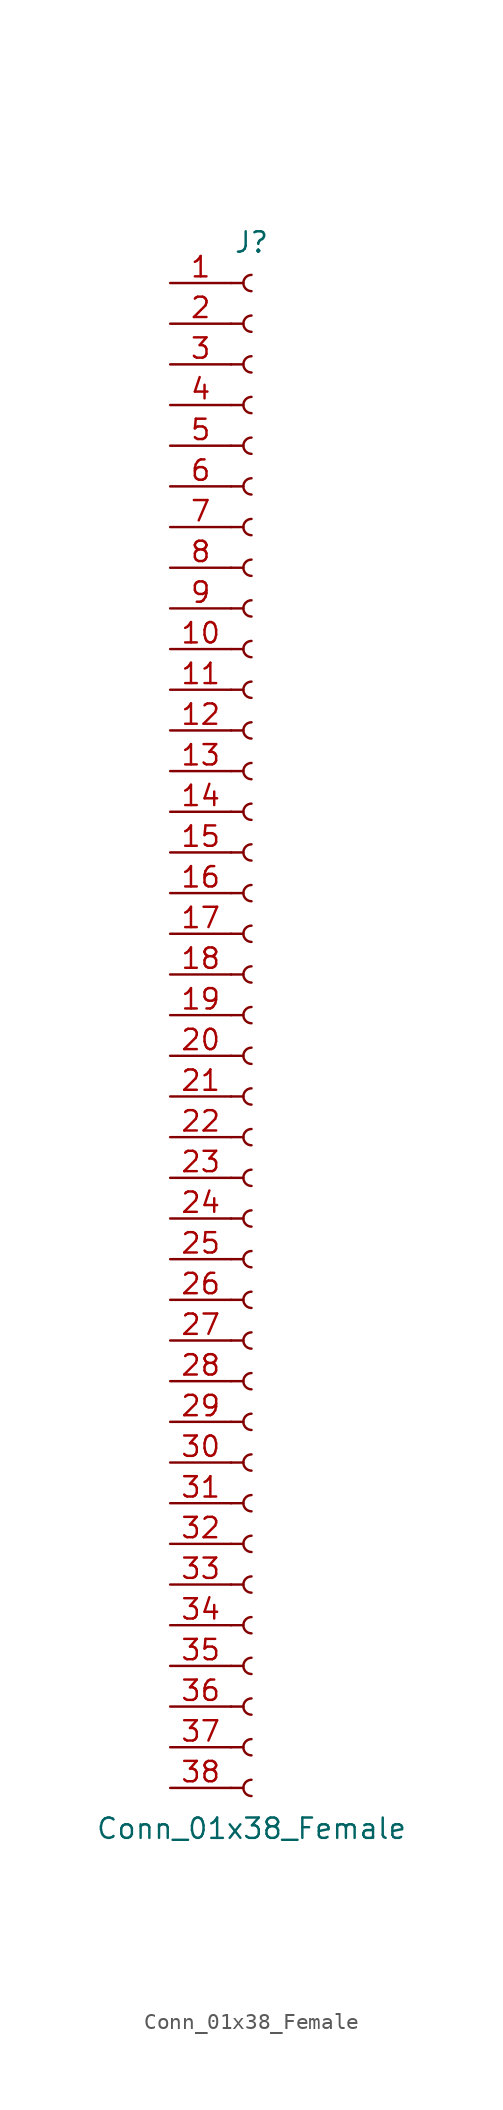
<source format=kicad_sym>
(kicad_symbol_lib
  (version 20220914)
  (generator kicad_symbol_editor)
  (symbol "Conn_01x38_Female"
    (pin_names
      (offset 1.016) hide)
    (property "Reference" "J"
      (at 0 48.26 0)
      (effects (font (size 1.27 1.27))))
    (property "Value" "Conn_01x38_Female"
      (at 0 -50.8 0)
      (effects (font (size 1.27 1.27))))
    (symbol "Conn_01x38_Female_1_1"
      (arc (start 0 -47.752) (mid -0.5058 -48.26) (end 0 -48.768) (stroke (width 0.1524) (type solid)) (fill (type none)))
      (arc (start 0 -45.212) (mid -0.5058 -45.72) (end 0 -46.228) (stroke (width 0.1524) (type solid)) (fill (type none)))
      (arc (start 0 -42.672) (mid -0.5058 -43.18) (end 0 -43.688) (stroke (width 0.1524) (type solid)) (fill (type none)))
      (arc (start 0 -40.132) (mid -0.5058 -40.64) (end 0 -41.148) (stroke (width 0.1524) (type solid)) (fill (type none)))
      (arc (start 0 -37.592) (mid -0.5058 -38.1) (end 0 -38.608) (stroke (width 0.1524) (type solid)) (fill (type none)))
      (arc (start 0 -35.052) (mid -0.5058 -35.56) (end 0 -36.068) (stroke (width 0.1524) (type solid)) (fill (type none)))
      (arc (start 0 -32.512) (mid -0.5058 -33.02) (end 0 -33.528) (stroke (width 0.1524) (type solid)) (fill (type none)))
      (arc (start 0 -29.972) (mid -0.5058 -30.48) (end 0 -30.988) (stroke (width 0.1524) (type solid)) (fill (type none)))
      (arc (start 0 -27.432) (mid -0.5058 -27.94) (end 0 -28.448) (stroke (width 0.1524) (type solid)) (fill (type none)))
      (arc (start 0 -24.892) (mid -0.5058 -25.4) (end 0 -25.908) (stroke (width 0.1524) (type solid)) (fill (type none)))
      (arc (start 0 -22.352) (mid -0.5058 -22.86) (end 0 -23.368) (stroke (width 0.1524) (type solid)) (fill (type none)))
      (arc (start 0 -19.812) (mid -0.5058 -20.32) (end 0 -20.828) (stroke (width 0.1524) (type solid)) (fill (type none)))
      (arc (start 0 -17.272) (mid -0.5058 -17.78) (end 0 -18.288) (stroke (width 0.1524) (type solid)) (fill (type none)))
      (arc (start 0 -14.732) (mid -0.5058 -15.24) (end 0 -15.748) (stroke (width 0.1524) (type solid)) (fill (type none)))
      (arc (start 0 -12.192) (mid -0.5058 -12.7) (end 0 -13.208) (stroke (width 0.1524) (type solid)) (fill (type none)))
      (arc (start 0 -9.652) (mid -0.5058 -10.16) (end 0 -10.668) (stroke (width 0.1524) (type solid)) (fill (type none)))
      (arc (start 0 -7.112) (mid -0.5058 -7.62) (end 0 -8.128) (stroke (width 0.1524) (type solid)) (fill (type none)))
      (arc (start 0 -4.572) (mid -0.5058 -5.08) (end 0 -5.588) (stroke (width 0.1524) (type solid)) (fill (type none)))
      (arc (start 0 -2.032) (mid -0.5058 -2.54) (end 0 -3.048) (stroke (width 0.1524) (type solid)) (fill (type none)))
      (polyline (pts (xy -1.27 -48.26) (xy -0.508 -48.26)) (stroke (width 0.152) (type solid)) (fill (type none)))
      (polyline (pts (xy -1.27 -45.72) (xy -0.508 -45.72)) (stroke (width 0.152) (type solid)) (fill (type none)))
      (polyline (pts (xy -1.27 -43.18) (xy -0.508 -43.18)) (stroke (width 0.152) (type solid)) (fill (type none)))
      (polyline (pts (xy -1.27 -40.64) (xy -0.508 -40.64)) (stroke (width 0.152) (type solid)) (fill (type none)))
      (polyline (pts (xy -1.27 -38.1) (xy -0.508 -38.1)) (stroke (width 0.152) (type solid)) (fill (type none)))
      (polyline (pts (xy -1.27 -35.56) (xy -0.508 -35.56)) (stroke (width 0.152) (type solid)) (fill (type none)))
      (polyline (pts (xy -1.27 -33.02) (xy -0.508 -33.02)) (stroke (width 0.152) (type solid)) (fill (type none)))
      (polyline (pts (xy -1.27 -30.48) (xy -0.508 -30.48)) (stroke (width 0.152) (type solid)) (fill (type none)))
      (polyline (pts (xy -1.27 -27.94) (xy -0.508 -27.94)) (stroke (width 0.152) (type solid)) (fill (type none)))
      (polyline (pts (xy -1.27 -25.4) (xy -0.508 -25.4)) (stroke (width 0.152) (type solid)) (fill (type none)))
      (polyline (pts (xy -1.27 -22.86) (xy -0.508 -22.86)) (stroke (width 0.152) (type solid)) (fill (type none)))
      (polyline (pts (xy -1.27 -20.32) (xy -0.508 -20.32)) (stroke (width 0.152) (type solid)) (fill (type none)))
      (polyline (pts (xy -1.27 -17.78) (xy -0.508 -17.78)) (stroke (width 0.152) (type solid)) (fill (type none)))
      (polyline (pts (xy -1.27 -15.24) (xy -0.508 -15.24)) (stroke (width 0.152) (type solid)) (fill (type none)))
      (polyline (pts (xy -1.27 -12.7) (xy -0.508 -12.7)) (stroke (width 0.152) (type solid)) (fill (type none)))
      (polyline (pts (xy -1.27 -10.16) (xy -0.508 -10.16)) (stroke (width 0.152) (type solid)) (fill (type none)))
      (polyline (pts (xy -1.27 -7.62) (xy -0.508 -7.62)) (stroke (width 0.152) (type solid)) (fill (type none)))
      (polyline (pts (xy -1.27 -5.08) (xy -0.508 -5.08)) (stroke (width 0.152) (type solid)) (fill (type none)))
      (polyline (pts (xy -1.27 -2.54) (xy -0.508 -2.54)) (stroke (width 0.152) (type solid)) (fill (type none)))
      (polyline (pts (xy -1.27 0) (xy -0.508 0)) (stroke (width 0.152) (type solid)) (fill (type none)))
      (polyline (pts (xy -1.27 2.54) (xy -0.508 2.54)) (stroke (width 0.152) (type solid)) (fill (type none)))
      (polyline (pts (xy -1.27 5.08) (xy -0.508 5.08)) (stroke (width 0.152) (type solid)) (fill (type none)))
      (polyline (pts (xy -1.27 7.62) (xy -0.508 7.62)) (stroke (width 0.152) (type solid)) (fill (type none)))
      (polyline (pts (xy -1.27 10.16) (xy -0.508 10.16)) (stroke (width 0.152) (type solid)) (fill (type none)))
      (polyline (pts (xy -1.27 12.7) (xy -0.508 12.7)) (stroke (width 0.152) (type solid)) (fill (type none)))
      (polyline (pts (xy -1.27 15.24) (xy -0.508 15.24)) (stroke (width 0.152) (type solid)) (fill (type none)))
      (polyline (pts (xy -1.27 17.78) (xy -0.508 17.78)) (stroke (width 0.152) (type solid)) (fill (type none)))
      (polyline (pts (xy -1.27 20.32) (xy -0.508 20.32)) (stroke (width 0.152) (type solid)) (fill (type none)))
      (polyline (pts (xy -1.27 22.86) (xy -0.508 22.86)) (stroke (width 0.152) (type solid)) (fill (type none)))
      (polyline (pts (xy -1.27 25.4) (xy -0.508 25.4)) (stroke (width 0.152) (type solid)) (fill (type none)))
      (polyline (pts (xy -1.27 27.94) (xy -0.508 27.94)) (stroke (width 0.152) (type solid)) (fill (type none)))
      (polyline (pts (xy -1.27 30.48) (xy -0.508 30.48)) (stroke (width 0.152) (type solid)) (fill (type none)))
      (polyline (pts (xy -1.27 33.02) (xy -0.508 33.02)) (stroke (width 0.152) (type solid)) (fill (type none)))
      (polyline (pts (xy -1.27 35.56) (xy -0.508 35.56)) (stroke (width 0.152) (type solid)) (fill (type none)))
      (polyline (pts (xy -1.27 38.1) (xy -0.508 38.1)) (stroke (width 0.152) (type solid)) (fill (type none)))
      (polyline (pts (xy -1.27 40.64) (xy -0.508 40.64)) (stroke (width 0.152) (type solid)) (fill (type none)))
      (polyline (pts (xy -1.27 43.18) (xy -0.508 43.18)) (stroke (width 0.152) (type solid)) (fill (type none)))
      (polyline (pts (xy -1.27 45.72) (xy -0.508 45.72)) (stroke (width 0.152) (type solid)) (fill (type none)))
      (arc (start 0 0.508) (mid -0.5058 0) (end 0 -0.508) (stroke (width 0.1524) (type solid)) (fill (type none)))
      (arc (start 0 3.048) (mid -0.5058 2.54) (end 0 2.032) (stroke (width 0.1524) (type solid)) (fill (type none)))
      (arc (start 0 5.588) (mid -0.5058 5.08) (end 0 4.572) (stroke (width 0.1524) (type solid)) (fill (type none)))
      (arc (start 0 8.128) (mid -0.5058 7.62) (end 0 7.112) (stroke (width 0.1524) (type solid)) (fill (type none)))
      (arc (start 0 10.668) (mid -0.5058 10.16) (end 0 9.652) (stroke (width 0.1524) (type solid)) (fill (type none)))
      (arc (start 0 13.208) (mid -0.5058 12.7) (end 0 12.192) (stroke (width 0.1524) (type solid)) (fill (type none)))
      (arc (start 0 15.748) (mid -0.5058 15.24) (end 0 14.732) (stroke (width 0.1524) (type solid)) (fill (type none)))
      (arc (start 0 18.288) (mid -0.5058 17.78) (end 0 17.272) (stroke (width 0.1524) (type solid)) (fill (type none)))
      (arc (start 0 20.828) (mid -0.5058 20.32) (end 0 19.812) (stroke (width 0.1524) (type solid)) (fill (type none)))
      (arc (start 0 23.368) (mid -0.5058 22.86) (end 0 22.352) (stroke (width 0.1524) (type solid)) (fill (type none)))
      (arc (start 0 25.908) (mid -0.5058 25.4) (end 0 24.892) (stroke (width 0.1524) (type solid)) (fill (type none)))
      (arc (start 0 28.448) (mid -0.5058 27.94) (end 0 27.432) (stroke (width 0.1524) (type solid)) (fill (type none)))
      (arc (start 0 30.988) (mid -0.5058 30.48) (end 0 29.972) (stroke (width 0.1524) (type solid)) (fill (type none)))
      (arc (start 0 33.528) (mid -0.5058 33.02) (end 0 32.512) (stroke (width 0.1524) (type solid)) (fill (type none)))
      (arc (start 0 36.068) (mid -0.5058 35.56) (end 0 35.052) (stroke (width 0.1524) (type solid)) (fill (type none)))
      (arc (start 0 38.608) (mid -0.5058 38.1) (end 0 37.592) (stroke (width 0.1524) (type solid)) (fill (type none)))
      (arc (start 0 41.148) (mid -0.5058 40.64) (end 0 40.132) (stroke (width 0.1524) (type solid)) (fill (type none)))
      (arc (start 0 43.688) (mid -0.5058 43.18) (end 0 42.672) (stroke (width 0.1524) (type solid)) (fill (type none)))
      (arc (start 0 46.228) (mid -0.5058 45.72) (end 0 45.212) (stroke (width 0.1524) (type solid)) (fill (type none)))
      (pin passive line (at -5.08 45.72 0) (length 3.81) (name "Pin_1" (effects (font (size 1.27 1.27)))) (number "1" (effects (font (size 1.27 1.27)))))
      (pin passive line (at -5.08 22.86 0) (length 3.81) (name "Pin_10" (effects (font (size 1.27 1.27)))) (number "10" (effects (font (size 1.27 1.27)))))
      (pin passive line (at -5.08 20.32 0) (length 3.81) (name "Pin_11" (effects (font (size 1.27 1.27)))) (number "11" (effects (font (size 1.27 1.27)))))
      (pin passive line (at -5.08 17.78 0) (length 3.81) (name "Pin_12" (effects (font (size 1.27 1.27)))) (number "12" (effects (font (size 1.27 1.27)))))
      (pin passive line (at -5.08 15.24 0) (length 3.81) (name "Pin_13" (effects (font (size 1.27 1.27)))) (number "13" (effects (font (size 1.27 1.27)))))
      (pin passive line (at -5.08 12.7 0) (length 3.81) (name "Pin_14" (effects (font (size 1.27 1.27)))) (number "14" (effects (font (size 1.27 1.27)))))
      (pin passive line (at -5.08 10.16 0) (length 3.81) (name "Pin_15" (effects (font (size 1.27 1.27)))) (number "15" (effects (font (size 1.27 1.27)))))
      (pin passive line (at -5.08 7.62 0) (length 3.81) (name "Pin_16" (effects (font (size 1.27 1.27)))) (number "16" (effects (font (size 1.27 1.27)))))
      (pin passive line (at -5.08 5.08 0) (length 3.81) (name "Pin_17" (effects (font (size 1.27 1.27)))) (number "17" (effects (font (size 1.27 1.27)))))
      (pin passive line (at -5.08 2.54 0) (length 3.81) (name "Pin_18" (effects (font (size 1.27 1.27)))) (number "18" (effects (font (size 1.27 1.27)))))
      (pin passive line (at -5.08 0 0) (length 3.81) (name "Pin_19" (effects (font (size 1.27 1.27)))) (number "19" (effects (font (size 1.27 1.27)))))
      (pin passive line (at -5.08 43.18 0) (length 3.81) (name "Pin_2" (effects (font (size 1.27 1.27)))) (number "2" (effects (font (size 1.27 1.27)))))
      (pin passive line (at -5.08 -2.54 0) (length 3.81) (name "Pin_20" (effects (font (size 1.27 1.27)))) (number "20" (effects (font (size 1.27 1.27)))))
      (pin passive line (at -5.08 -5.08 0) (length 3.81) (name "Pin_21" (effects (font (size 1.27 1.27)))) (number "21" (effects (font (size 1.27 1.27)))))
      (pin passive line (at -5.08 -7.62 0) (length 3.81) (name "Pin_22" (effects (font (size 1.27 1.27)))) (number "22" (effects (font (size 1.27 1.27)))))
      (pin passive line (at -5.08 -10.16 0) (length 3.81) (name "Pin_23" (effects (font (size 1.27 1.27)))) (number "23" (effects (font (size 1.27 1.27)))))
      (pin passive line (at -5.08 -12.7 0) (length 3.81) (name "Pin_24" (effects (font (size 1.27 1.27)))) (number "24" (effects (font (size 1.27 1.27)))))
      (pin passive line (at -5.08 -15.24 0) (length 3.81) (name "Pin_25" (effects (font (size 1.27 1.27)))) (number "25" (effects (font (size 1.27 1.27)))))
      (pin passive line (at -5.08 -17.78 0) (length 3.81) (name "Pin_26" (effects (font (size 1.27 1.27)))) (number "26" (effects (font (size 1.27 1.27)))))
      (pin passive line (at -5.08 -20.32 0) (length 3.81) (name "Pin_27" (effects (font (size 1.27 1.27)))) (number "27" (effects (font (size 1.27 1.27)))))
      (pin passive line (at -5.08 -22.86 0) (length 3.81) (name "Pin_28" (effects (font (size 1.27 1.27)))) (number "28" (effects (font (size 1.27 1.27)))))
      (pin passive line (at -5.08 -25.4 0) (length 3.81) (name "Pin_29" (effects (font (size 1.27 1.27)))) (number "29" (effects (font (size 1.27 1.27)))))
      (pin passive line (at -5.08 40.64 0) (length 3.81) (name "Pin_3" (effects (font (size 1.27 1.27)))) (number "3" (effects (font (size 1.27 1.27)))))
      (pin passive line (at -5.08 -27.94 0) (length 3.81) (name "Pin_30" (effects (font (size 1.27 1.27)))) (number "30" (effects (font (size 1.27 1.27)))))
      (pin passive line (at -5.08 -30.48 0) (length 3.81) (name "Pin_31" (effects (font (size 1.27 1.27)))) (number "31" (effects (font (size 1.27 1.27)))))
      (pin passive line (at -5.08 -33.02 0) (length 3.81) (name "Pin_32" (effects (font (size 1.27 1.27)))) (number "32" (effects (font (size 1.27 1.27)))))
      (pin passive line (at -5.08 -35.56 0) (length 3.81) (name "Pin_33" (effects (font (size 1.27 1.27)))) (number "33" (effects (font (size 1.27 1.27)))))
      (pin passive line (at -5.08 -38.1 0) (length 3.81) (name "Pin_34" (effects (font (size 1.27 1.27)))) (number "34" (effects (font (size 1.27 1.27)))))
      (pin passive line (at -5.08 -40.64 0) (length 3.81) (name "Pin_35" (effects (font (size 1.27 1.27)))) (number "35" (effects (font (size 1.27 1.27)))))
      (pin passive line (at -5.08 -43.18 0) (length 3.81) (name "Pin_36" (effects (font (size 1.27 1.27)))) (number "36" (effects (font (size 1.27 1.27)))))
      (pin passive line (at -5.08 -45.72 0) (length 3.81) (name "Pin_37" (effects (font (size 1.27 1.27)))) (number "37" (effects (font (size 1.27 1.27)))))
      (pin passive line (at -5.08 -48.26 0) (length 3.81) (name "Pin_38" (effects (font (size 1.27 1.27)))) (number "38" (effects (font (size 1.27 1.27)))))
      (pin passive line (at -5.08 38.1 0) (length 3.81) (name "Pin_4" (effects (font (size 1.27 1.27)))) (number "4" (effects (font (size 1.27 1.27)))))
      (pin passive line (at -5.08 35.56 0) (length 3.81) (name "Pin_5" (effects (font (size 1.27 1.27)))) (number "5" (effects (font (size 1.27 1.27)))))
      (pin passive line (at -5.08 33.02 0) (length 3.81) (name "Pin_6" (effects (font (size 1.27 1.27)))) (number "6" (effects (font (size 1.27 1.27)))))
      (pin passive line (at -5.08 30.48 0) (length 3.81) (name "Pin_7" (effects (font (size 1.27 1.27)))) (number "7" (effects (font (size 1.27 1.27)))))
      (pin passive line (at -5.08 27.94 0) (length 3.81) (name "Pin_8" (effects (font (size 1.27 1.27)))) (number "8" (effects (font (size 1.27 1.27)))))
      (pin passive line (at -5.08 25.4 0) (length 3.81) (name "Pin_9" (effects (font (size 1.27 1.27)))) (number "9" (effects (font (size 1.27 1.27))))))))
</source>
